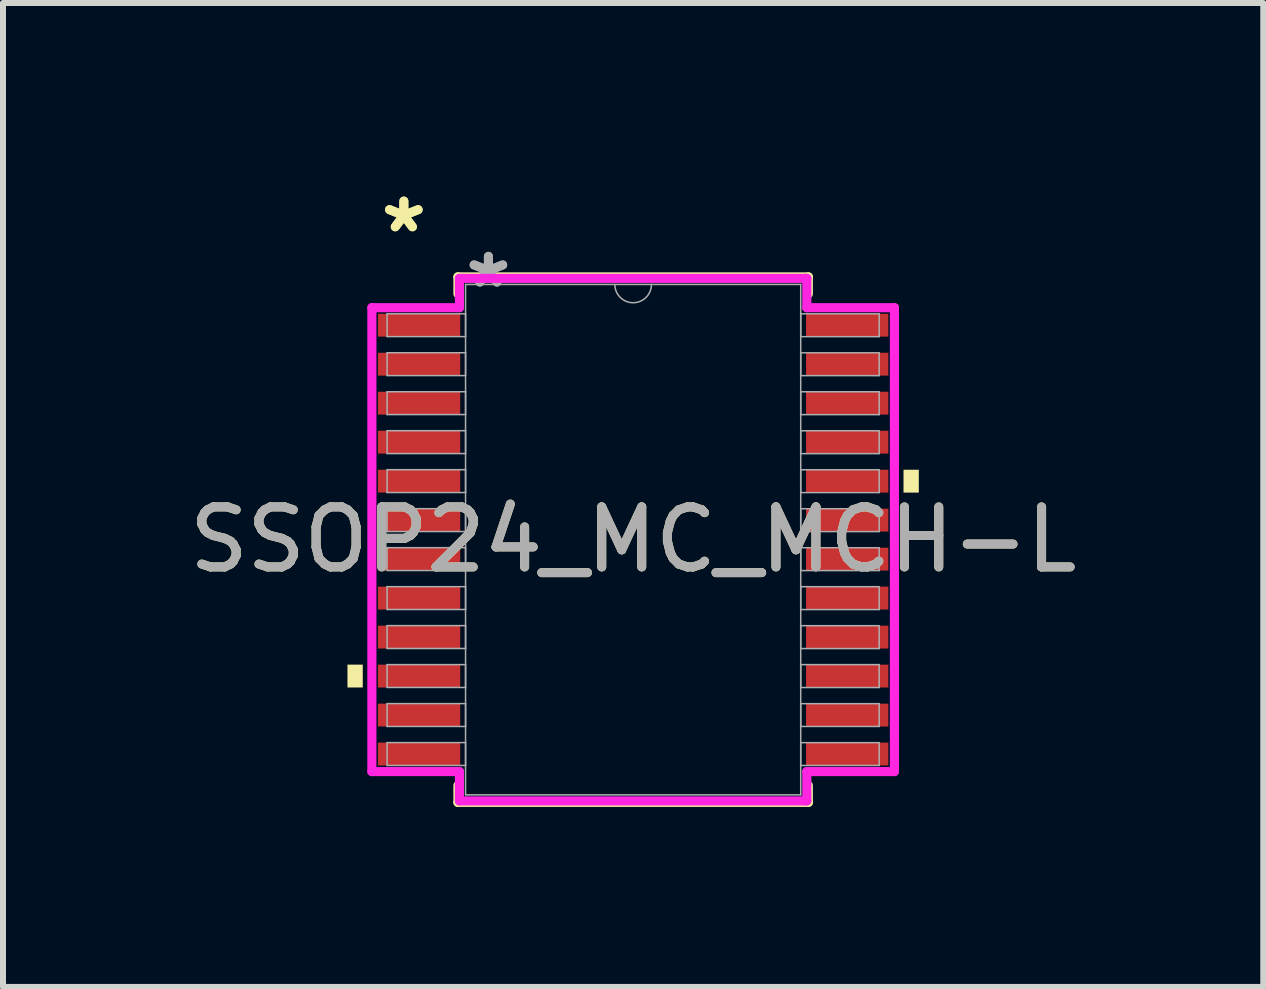
<source format=kicad_pcb>
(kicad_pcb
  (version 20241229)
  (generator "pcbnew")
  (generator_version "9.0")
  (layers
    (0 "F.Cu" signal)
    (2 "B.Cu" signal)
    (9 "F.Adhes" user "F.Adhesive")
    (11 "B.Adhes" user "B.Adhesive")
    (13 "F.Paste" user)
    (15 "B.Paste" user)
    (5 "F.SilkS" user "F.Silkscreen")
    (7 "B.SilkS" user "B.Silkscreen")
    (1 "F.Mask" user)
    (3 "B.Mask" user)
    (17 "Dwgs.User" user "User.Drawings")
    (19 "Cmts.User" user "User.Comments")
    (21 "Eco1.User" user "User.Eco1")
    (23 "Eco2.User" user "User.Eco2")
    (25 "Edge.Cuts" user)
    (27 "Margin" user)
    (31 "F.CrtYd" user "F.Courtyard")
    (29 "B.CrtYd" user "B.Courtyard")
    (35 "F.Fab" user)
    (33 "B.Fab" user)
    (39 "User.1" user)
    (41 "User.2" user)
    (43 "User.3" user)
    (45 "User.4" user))
  (footprint "SSOP24_MC_MCH-L"
    (layer "F.Cu")
    (at 7.506 5.947)
    (property "Reference" "SSOP24_MC_MCH-L" (at 0 0 0) (unlocked yes) (layer "F.SilkS") (effects (font (size 1 1) (thickness 0.15))))
    (attr smd)
    (fp_line (start -2.921 -4.381) (end -2.921 -4.098) (stroke (width 0.152) (type solid)) (layer "F.SilkS"))
    (fp_line (start -2.921 4.098) (end -2.921 4.381) (stroke (width 0.152) (type solid)) (layer "F.SilkS"))
    (fp_line (start -2.921 4.381) (end 2.921 4.381) (stroke (width 0.152) (type solid)) (layer "F.SilkS"))
    (fp_line (start 2.921 -4.381) (end -2.921 -4.381) (stroke (width 0.152) (type solid)) (layer "F.SilkS"))
    (fp_line (start 2.921 -4.098) (end 2.921 -4.381) (stroke (width 0.152) (type solid)) (layer "F.SilkS"))
    (fp_line (start 2.921 4.381) (end 2.921 4.098) (stroke (width 0.152) (type solid)) (layer "F.SilkS"))
    (fp_poly (pts (xy -4.763 2.084) (xy -4.763 2.465) (xy -4.508 2.465) (xy -4.508 2.084)) (stroke (width 0) (type solid)) (fill yes) (layer "F.SilkS"))
    (fp_poly (pts (xy 4.763 -1.165) (xy 4.763 -0.784) (xy 4.508 -0.784) (xy 4.508 -1.165)) (stroke (width 0) (type solid)) (fill yes) (layer "F.SilkS"))
    (fp_line (start -4.356 -3.867) (end -2.896 -3.867) (stroke (width 0.152) (type solid)) (layer "F.CrtYd"))
    (fp_line (start -4.356 3.867) (end -4.356 -3.867) (stroke (width 0.152) (type solid)) (layer "F.CrtYd"))
    (fp_line (start -4.356 3.867) (end -2.896 3.867) (stroke (width 0.152) (type solid)) (layer "F.CrtYd"))
    (fp_line (start -2.896 -4.356) (end 2.896 -4.356) (stroke (width 0.152) (type solid)) (layer "F.CrtYd"))
    (fp_line (start -2.896 -3.867) (end -2.896 -4.356) (stroke (width 0.152) (type solid)) (layer "F.CrtYd"))
    (fp_line (start -2.896 4.356) (end -2.896 3.867) (stroke (width 0.152) (type solid)) (layer "F.CrtYd"))
    (fp_line (start 2.896 -4.356) (end 2.896 -3.867) (stroke (width 0.152) (type solid)) (layer "F.CrtYd"))
    (fp_line (start 2.896 3.867) (end 2.896 4.356) (stroke (width 0.152) (type solid)) (layer "F.CrtYd"))
    (fp_line (start 2.896 4.356) (end -2.896 4.356) (stroke (width 0.152) (type solid)) (layer "F.CrtYd"))
    (fp_line (start 4.356 -3.867) (end 2.896 -3.867) (stroke (width 0.152) (type solid)) (layer "F.CrtYd"))
    (fp_line (start 4.356 -3.867) (end 4.356 3.867) (stroke (width 0.152) (type solid)) (layer "F.CrtYd"))
    (fp_line (start 4.356 3.867) (end 2.896 3.867) (stroke (width 0.152) (type solid)) (layer "F.CrtYd"))
    (fp_line (start -4.102 -3.765) (end -4.102 -3.385) (stroke (width 0.025) (type solid)) (layer "F.Fab"))
    (fp_line (start -4.102 -3.385) (end -2.794 -3.385) (stroke (width 0.025) (type solid)) (layer "F.Fab"))
    (fp_line (start -4.102 -3.116) (end -4.102 -2.735) (stroke (width 0.025) (type solid)) (layer "F.Fab"))
    (fp_line (start -4.102 -2.735) (end -2.794 -2.735) (stroke (width 0.025) (type solid)) (layer "F.Fab"))
    (fp_line (start -4.102 -2.466) (end -4.102 -2.085) (stroke (width 0.025) (type solid)) (layer "F.Fab"))
    (fp_line (start -4.102 -2.085) (end -2.794 -2.085) (stroke (width 0.025) (type solid)) (layer "F.Fab"))
    (fp_line (start -4.102 -1.816) (end -4.102 -1.435) (stroke (width 0.025) (type solid)) (layer "F.Fab"))
    (fp_line (start -4.102 -1.435) (end -2.794 -1.435) (stroke (width 0.025) (type solid)) (layer "F.Fab"))
    (fp_line (start -4.102 -1.166) (end -4.102 -0.785) (stroke (width 0.025) (type solid)) (layer "F.Fab"))
    (fp_line (start -4.102 -0.785) (end -2.794 -0.785) (stroke (width 0.025) (type solid)) (layer "F.Fab"))
    (fp_line (start -4.102 -0.516) (end -4.102 -0.135) (stroke (width 0.025) (type solid)) (layer "F.Fab"))
    (fp_line (start -4.102 -0.135) (end -2.794 -0.135) (stroke (width 0.025) (type solid)) (layer "F.Fab"))
    (fp_line (start -4.102 0.134) (end -4.102 0.515) (stroke (width 0.025) (type solid)) (layer "F.Fab"))
    (fp_line (start -4.102 0.515) (end -2.794 0.515) (stroke (width 0.025) (type solid)) (layer "F.Fab"))
    (fp_line (start -4.102 0.784) (end -4.102 1.165) (stroke (width 0.025) (type solid)) (layer "F.Fab"))
    (fp_line (start -4.102 1.165) (end -2.794 1.165) (stroke (width 0.025) (type solid)) (layer "F.Fab"))
    (fp_line (start -4.102 1.434) (end -4.102 1.815) (stroke (width 0.025) (type solid)) (layer "F.Fab"))
    (fp_line (start -4.102 1.815) (end -2.794 1.815) (stroke (width 0.025) (type solid)) (layer "F.Fab"))
    (fp_line (start -4.102 2.084) (end -4.102 2.465) (stroke (width 0.025) (type solid)) (layer "F.Fab"))
    (fp_line (start -4.102 2.465) (end -2.794 2.465) (stroke (width 0.025) (type solid)) (layer "F.Fab"))
    (fp_line (start -4.102 2.734) (end -4.102 3.115) (stroke (width 0.025) (type solid)) (layer "F.Fab"))
    (fp_line (start -4.102 3.115) (end -2.794 3.115) (stroke (width 0.025) (type solid)) (layer "F.Fab"))
    (fp_line (start -4.102 3.384) (end -4.102 3.765) (stroke (width 0.025) (type solid)) (layer "F.Fab"))
    (fp_line (start -4.102 3.765) (end -2.794 3.765) (stroke (width 0.025) (type solid)) (layer "F.Fab"))
    (fp_line (start -2.794 -4.255) (end -2.794 4.255) (stroke (width 0.025) (type solid)) (layer "F.Fab"))
    (fp_line (start -2.794 -3.765) (end -4.102 -3.765) (stroke (width 0.025) (type solid)) (layer "F.Fab"))
    (fp_line (start -2.794 -3.385) (end -2.794 -3.765) (stroke (width 0.025) (type solid)) (layer "F.Fab"))
    (fp_line (start -2.794 -3.116) (end -4.102 -3.116) (stroke (width 0.025) (type solid)) (layer "F.Fab"))
    (fp_line (start -2.794 -2.735) (end -2.794 -3.116) (stroke (width 0.025) (type solid)) (layer "F.Fab"))
    (fp_line (start -2.794 -2.466) (end -4.102 -2.466) (stroke (width 0.025) (type solid)) (layer "F.Fab"))
    (fp_line (start -2.794 -2.085) (end -2.794 -2.466) (stroke (width 0.025) (type solid)) (layer "F.Fab"))
    (fp_line (start -2.794 -1.816) (end -4.102 -1.816) (stroke (width 0.025) (type solid)) (layer "F.Fab"))
    (fp_line (start -2.794 -1.435) (end -2.794 -1.816) (stroke (width 0.025) (type solid)) (layer "F.Fab"))
    (fp_line (start -2.794 -1.166) (end -4.102 -1.166) (stroke (width 0.025) (type solid)) (layer "F.Fab"))
    (fp_line (start -2.794 -0.785) (end -2.794 -1.166) (stroke (width 0.025) (type solid)) (layer "F.Fab"))
    (fp_line (start -2.794 -0.516) (end -4.102 -0.516) (stroke (width 0.025) (type solid)) (layer "F.Fab"))
    (fp_line (start -2.794 -0.135) (end -2.794 -0.516) (stroke (width 0.025) (type solid)) (layer "F.Fab"))
    (fp_line (start -2.794 0.134) (end -4.102 0.134) (stroke (width 0.025) (type solid)) (layer "F.Fab"))
    (fp_line (start -2.794 0.515) (end -2.794 0.134) (stroke (width 0.025) (type solid)) (layer "F.Fab"))
    (fp_line (start -2.794 0.784) (end -4.102 0.784) (stroke (width 0.025) (type solid)) (layer "F.Fab"))
    (fp_line (start -2.794 1.165) (end -2.794 0.784) (stroke (width 0.025) (type solid)) (layer "F.Fab"))
    (fp_line (start -2.794 1.434) (end -4.102 1.434) (stroke (width 0.025) (type solid)) (layer "F.Fab"))
    (fp_line (start -2.794 1.815) (end -2.794 1.434) (stroke (width 0.025) (type solid)) (layer "F.Fab"))
    (fp_line (start -2.794 2.084) (end -4.102 2.084) (stroke (width 0.025) (type solid)) (layer "F.Fab"))
    (fp_line (start -2.794 2.465) (end -2.794 2.084) (stroke (width 0.025) (type solid)) (layer "F.Fab"))
    (fp_line (start -2.794 2.734) (end -4.102 2.734) (stroke (width 0.025) (type solid)) (layer "F.Fab"))
    (fp_line (start -2.794 3.115) (end -2.794 2.734) (stroke (width 0.025) (type solid)) (layer "F.Fab"))
    (fp_line (start -2.794 3.384) (end -4.102 3.384) (stroke (width 0.025) (type solid)) (layer "F.Fab"))
    (fp_line (start -2.794 3.765) (end -2.794 3.384) (stroke (width 0.025) (type solid)) (layer "F.Fab"))
    (fp_line (start -2.794 4.255) (end 2.794 4.255) (stroke (width 0.025) (type solid)) (layer "F.Fab"))
    (fp_line (start 2.794 -4.255) (end -2.794 -4.255) (stroke (width 0.025) (type solid)) (layer "F.Fab"))
    (fp_line (start 2.794 -3.765) (end 2.794 -3.384) (stroke (width 0.025) (type solid)) (layer "F.Fab"))
    (fp_line (start 2.794 -3.384) (end 4.102 -3.384) (stroke (width 0.025) (type solid)) (layer "F.Fab"))
    (fp_line (start 2.794 -3.115) (end 2.794 -2.734) (stroke (width 0.025) (type solid)) (layer "F.Fab"))
    (fp_line (start 2.794 -2.734) (end 4.102 -2.734) (stroke (width 0.025) (type solid)) (layer "F.Fab"))
    (fp_line (start 2.794 -2.465) (end 2.794 -2.084) (stroke (width 0.025) (type solid)) (layer "F.Fab"))
    (fp_line (start 2.794 -2.084) (end 4.102 -2.084) (stroke (width 0.025) (type solid)) (layer "F.Fab"))
    (fp_line (start 2.794 -1.815) (end 2.794 -1.434) (stroke (width 0.025) (type solid)) (layer "F.Fab"))
    (fp_line (start 2.794 -1.434) (end 4.102 -1.434) (stroke (width 0.025) (type solid)) (layer "F.Fab"))
    (fp_line (start 2.794 -1.165) (end 2.794 -0.784) (stroke (width 0.025) (type solid)) (layer "F.Fab"))
    (fp_line (start 2.794 -0.784) (end 4.102 -0.784) (stroke (width 0.025) (type solid)) (layer "F.Fab"))
    (fp_line (start 2.794 -0.515) (end 2.794 -0.134) (stroke (width 0.025) (type solid)) (layer "F.Fab"))
    (fp_line (start 2.794 -0.134) (end 4.102 -0.134) (stroke (width 0.025) (type solid)) (layer "F.Fab"))
    (fp_line (start 2.794 0.135) (end 2.794 0.516) (stroke (width 0.025) (type solid)) (layer "F.Fab"))
    (fp_line (start 2.794 0.516) (end 4.102 0.516) (stroke (width 0.025) (type solid)) (layer "F.Fab"))
    (fp_line (start 2.794 0.785) (end 2.794 1.166) (stroke (width 0.025) (type solid)) (layer "F.Fab"))
    (fp_line (start 2.794 1.166) (end 4.102 1.166) (stroke (width 0.025) (type solid)) (layer "F.Fab"))
    (fp_line (start 2.794 1.435) (end 2.794 1.816) (stroke (width 0.025) (type solid)) (layer "F.Fab"))
    (fp_line (start 2.794 1.816) (end 4.102 1.816) (stroke (width 0.025) (type solid)) (layer "F.Fab"))
    (fp_line (start 2.794 2.084) (end 2.794 2.466) (stroke (width 0.025) (type solid)) (layer "F.Fab"))
    (fp_line (start 2.794 2.466) (end 4.102 2.466) (stroke (width 0.025) (type solid)) (layer "F.Fab"))
    (fp_line (start 2.794 2.735) (end 2.794 3.115) (stroke (width 0.025) (type solid)) (layer "F.Fab"))
    (fp_line (start 2.794 3.115) (end 4.102 3.115) (stroke (width 0.025) (type solid)) (layer "F.Fab"))
    (fp_line (start 2.794 3.385) (end 2.794 3.765) (stroke (width 0.025) (type solid)) (layer "F.Fab"))
    (fp_line (start 2.794 3.765) (end 4.102 3.765) (stroke (width 0.025) (type solid)) (layer "F.Fab"))
    (fp_line (start 2.794 4.255) (end 2.794 -4.255) (stroke (width 0.025) (type solid)) (layer "F.Fab"))
    (fp_line (start 4.102 -3.765) (end 2.794 -3.765) (stroke (width 0.025) (type solid)) (layer "F.Fab"))
    (fp_line (start 4.102 -3.384) (end 4.102 -3.765) (stroke (width 0.025) (type solid)) (layer "F.Fab"))
    (fp_line (start 4.102 -3.115) (end 2.794 -3.115) (stroke (width 0.025) (type solid)) (layer "F.Fab"))
    (fp_line (start 4.102 -2.734) (end 4.102 -3.115) (stroke (width 0.025) (type solid)) (layer "F.Fab"))
    (fp_line (start 4.102 -2.465) (end 2.794 -2.465) (stroke (width 0.025) (type solid)) (layer "F.Fab"))
    (fp_line (start 4.102 -2.084) (end 4.102 -2.465) (stroke (width 0.025) (type solid)) (layer "F.Fab"))
    (fp_line (start 4.102 -1.815) (end 2.794 -1.815) (stroke (width 0.025) (type solid)) (layer "F.Fab"))
    (fp_line (start 4.102 -1.434) (end 4.102 -1.815) (stroke (width 0.025) (type solid)) (layer "F.Fab"))
    (fp_line (start 4.102 -1.165) (end 2.794 -1.165) (stroke (width 0.025) (type solid)) (layer "F.Fab"))
    (fp_line (start 4.102 -0.784) (end 4.102 -1.165) (stroke (width 0.025) (type solid)) (layer "F.Fab"))
    (fp_line (start 4.102 -0.515) (end 2.794 -0.515) (stroke (width 0.025) (type solid)) (layer "F.Fab"))
    (fp_line (start 4.102 -0.134) (end 4.102 -0.515) (stroke (width 0.025) (type solid)) (layer "F.Fab"))
    (fp_line (start 4.102 0.135) (end 2.794 0.135) (stroke (width 0.025) (type solid)) (layer "F.Fab"))
    (fp_line (start 4.102 0.516) (end 4.102 0.135) (stroke (width 0.025) (type solid)) (layer "F.Fab"))
    (fp_line (start 4.102 0.785) (end 2.794 0.785) (stroke (width 0.025) (type solid)) (layer "F.Fab"))
    (fp_line (start 4.102 1.166) (end 4.102 0.785) (stroke (width 0.025) (type solid)) (layer "F.Fab"))
    (fp_line (start 4.102 1.435) (end 2.794 1.435) (stroke (width 0.025) (type solid)) (layer "F.Fab"))
    (fp_line (start 4.102 1.816) (end 4.102 1.435) (stroke (width 0.025) (type solid)) (layer "F.Fab"))
    (fp_line (start 4.102 2.084) (end 2.794 2.084) (stroke (width 0.025) (type solid)) (layer "F.Fab"))
    (fp_line (start 4.102 2.466) (end 4.102 2.084) (stroke (width 0.025) (type solid)) (layer "F.Fab"))
    (fp_line (start 4.102 2.735) (end 2.794 2.735) (stroke (width 0.025) (type solid)) (layer "F.Fab"))
    (fp_line (start 4.102 3.115) (end 4.102 2.735) (stroke (width 0.025) (type solid)) (layer "F.Fab"))
    (fp_line (start 4.102 3.385) (end 2.794 3.385) (stroke (width 0.025) (type solid)) (layer "F.Fab"))
    (fp_line (start 4.102 3.765) (end 4.102 3.385) (stroke (width 0.025) (type solid)) (layer "F.Fab"))
    (fp_arc (start 0.3048 -4.2545) (mid 0 -3.9497) (end -0.3048 -4.2545) (stroke (width 0.0254) (type solid)) (layer "F.Fab"))
    (fp_text user "*" (at -3.823 -5.099 0) (unlocked yes) (layer "F.SilkS") (effects (font (size 1 1) (thickness 0.15))))
    (fp_text user "*" (at -3.823 -5.099 0) (layer "F.SilkS") (effects (font (size 1 1) (thickness 0.15))))
    (fp_text user "${REFERENCE}" (at 0 0 0) (unlocked yes) (layer "F.Fab") (effects (font (size 1 1) (thickness 0.15))))
    (fp_text user "*" (at -2.413 -4.178 0) (unlocked yes) (layer "F.Fab") (effects (font (size 1 1) (thickness 0.15))))
    (fp_text user "*" (at -2.413 -4.178 0) (layer "F.Fab") (effects (font (size 1 1) (thickness 0.15))))
    (pad "1" smd rect (at -3.569 -3.575) (size 1.372 0.381) (layers "F.Cu" "F.Mask" "F.Paste"))
    (pad "2" smd rect (at -3.569 -2.925) (size 1.372 0.381) (layers "F.Cu" "F.Mask" "F.Paste"))
    (pad "3" smd rect (at -3.569 -2.275) (size 1.372 0.381) (layers "F.Cu" "F.Mask" "F.Paste"))
    (pad "4" smd rect (at -3.569 -1.625) (size 1.372 0.381) (layers "F.Cu" "F.Mask" "F.Paste"))
    (pad "5" smd rect (at -3.569 -0.975) (size 1.372 0.381) (layers "F.Cu" "F.Mask" "F.Paste"))
    (pad "6" smd rect (at -3.569 -0.325) (size 1.372 0.381) (layers "F.Cu" "F.Mask" "F.Paste"))
    (pad "7" smd rect (at -3.569 0.325) (size 1.372 0.381) (layers "F.Cu" "F.Mask" "F.Paste"))
    (pad "8" smd rect (at -3.569 0.975) (size 1.372 0.381) (layers "F.Cu" "F.Mask" "F.Paste"))
    (pad "9" smd rect (at -3.569 1.625) (size 1.372 0.381) (layers "F.Cu" "F.Mask" "F.Paste"))
    (pad "10" smd rect (at -3.569 2.275) (size 1.372 0.381) (layers "F.Cu" "F.Mask" "F.Paste"))
    (pad "11" smd rect (at -3.569 2.925) (size 1.372 0.381) (layers "F.Cu" "F.Mask" "F.Paste"))
    (pad "12" smd rect (at -3.569 3.575) (size 1.372 0.381) (layers "F.Cu" "F.Mask" "F.Paste"))
    (pad "13" smd rect (at 3.569 3.575) (size 1.372 0.381) (layers "F.Cu" "F.Mask" "F.Paste"))
    (pad "14" smd rect (at 3.569 2.925) (size 1.372 0.381) (layers "F.Cu" "F.Mask" "F.Paste"))
    (pad "15" smd rect (at 3.569 2.275) (size 1.372 0.381) (layers "F.Cu" "F.Mask" "F.Paste"))
    (pad "16" smd rect (at 3.569 1.625) (size 1.372 0.381) (layers "F.Cu" "F.Mask" "F.Paste"))
    (pad "17" smd rect (at 3.569 0.975) (size 1.372 0.381) (layers "F.Cu" "F.Mask" "F.Paste"))
    (pad "18" smd rect (at 3.569 0.325) (size 1.372 0.381) (layers "F.Cu" "F.Mask" "F.Paste"))
    (pad "19" smd rect (at 3.569 -0.325) (size 1.372 0.381) (layers "F.Cu" "F.Mask" "F.Paste"))
    (pad "20" smd rect (at 3.569 -0.975) (size 1.372 0.381) (layers "F.Cu" "F.Mask" "F.Paste"))
    (pad "21" smd rect (at 3.569 -1.625) (size 1.372 0.381) (layers "F.Cu" "F.Mask" "F.Paste"))
    (pad "22" smd rect (at 3.569 -2.275) (size 1.372 0.381) (layers "F.Cu" "F.Mask" "F.Paste"))
    (pad "23" smd rect (at 3.569 -2.925) (size 1.372 0.381) (layers "F.Cu" "F.Mask" "F.Paste"))
    (pad "24" smd rect (at 3.569 -3.575) (size 1.372 0.381) (layers "F.Cu" "F.Mask" "F.Paste")))
  (gr_rect
    (start -3 -3)
    (end 18.012 13.405)
    (stroke (width 0.1) (type default))
    (fill no)
    (layer "Edge.Cuts")))
</source>
